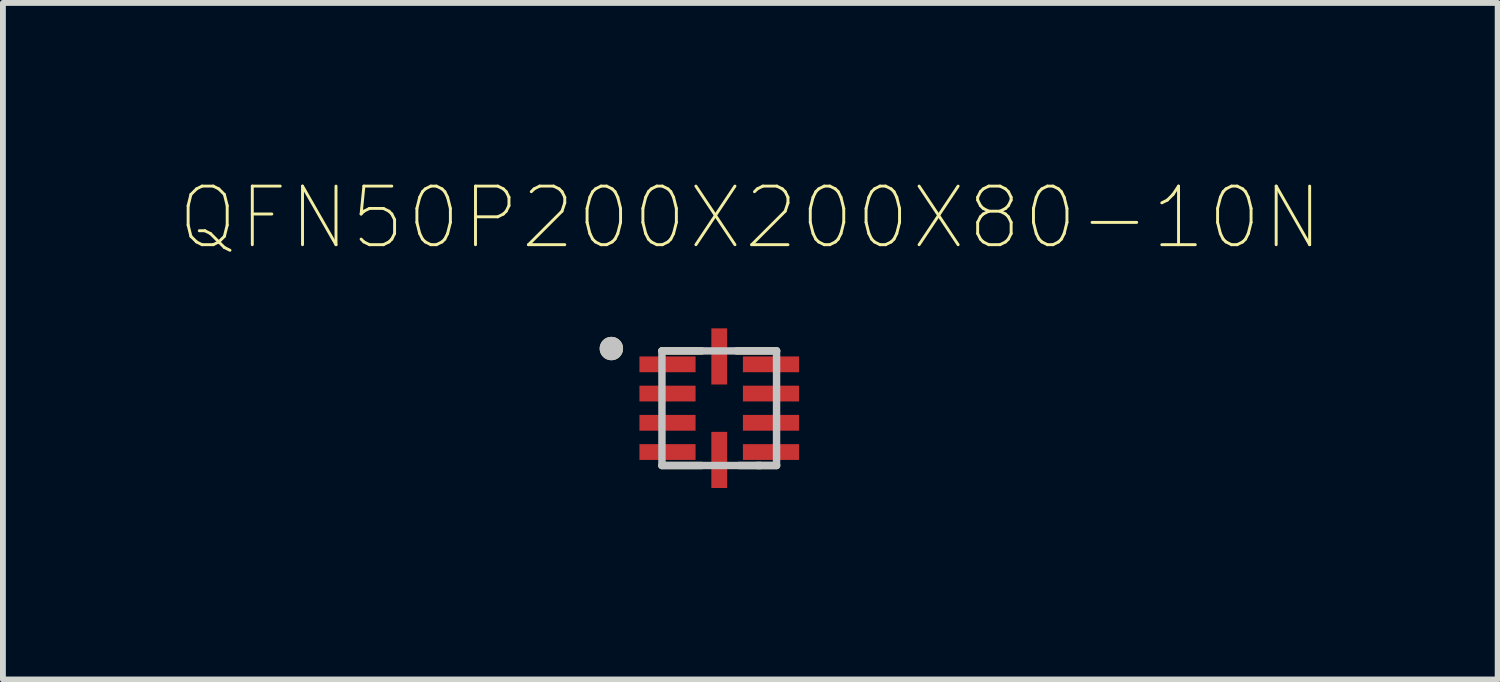
<source format=kicad_pcb>
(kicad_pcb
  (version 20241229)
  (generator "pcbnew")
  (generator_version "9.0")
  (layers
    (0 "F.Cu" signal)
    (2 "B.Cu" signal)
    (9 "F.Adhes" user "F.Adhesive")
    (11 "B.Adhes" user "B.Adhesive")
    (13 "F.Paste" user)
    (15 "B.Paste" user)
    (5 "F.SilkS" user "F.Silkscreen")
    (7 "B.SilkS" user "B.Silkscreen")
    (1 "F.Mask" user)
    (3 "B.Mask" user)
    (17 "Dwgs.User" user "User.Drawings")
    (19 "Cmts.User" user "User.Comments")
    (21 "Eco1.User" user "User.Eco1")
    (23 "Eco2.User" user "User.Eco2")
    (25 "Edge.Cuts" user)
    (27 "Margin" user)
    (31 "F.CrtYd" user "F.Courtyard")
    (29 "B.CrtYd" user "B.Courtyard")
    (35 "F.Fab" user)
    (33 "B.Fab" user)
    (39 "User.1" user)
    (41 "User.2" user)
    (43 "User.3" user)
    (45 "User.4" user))
  (footprint "QFN50P200X200X80-10N"
    (layer "F.Cu")
    (at 9.251 3.931)
    (property "Reference" "QFN50P200X200X80-10N" (at 0.531 -3.257 0) (layer "F.SilkS") (effects (font (size 1.002 1.002) (thickness 0.05))))
    (attr smd)
    (fp_line (start -0.98 -0.98) (end -0.3 -0.98) (stroke (width 0.127) (type solid)) (layer "F.SilkS"))
    (fp_line (start -0.98 0.98) (end -0.3 0.98) (stroke (width 0.127) (type solid)) (layer "F.SilkS"))
    (fp_line (start 0.69 0.98) (end 0.34 0.98) (stroke (width 0.127) (type solid)) (layer "F.SilkS"))
    (fp_line (start 0.7 0.98) (end 0.65 0.98) (stroke (width 0.127) (type solid)) (layer "F.SilkS"))
    (fp_line (start 0.98 -0.98) (end 0.3 -0.98) (stroke (width 0.127) (type solid)) (layer "F.SilkS"))
    (fp_line (start 0.98 0.98) (end 0.71 0.98) (stroke (width 0.127) (type solid)) (layer "F.SilkS"))
    (fp_circle (center -1.845 -1.02) (end -1.745 -1.02) (stroke (width 0.2) (type solid)) (fill no) (layer "F.SilkS"))
    (fp_line (start -0.98 0.98) (end -0.98 -0.98) (stroke (width 0.127) (type solid)) (layer "Dwgs.User"))
    (fp_line (start 0.98 -0.98) (end -0.98 -0.98) (stroke (width 0.127) (type solid)) (layer "Dwgs.User"))
    (fp_line (start 0.98 0.98) (end -0.98 0.98) (stroke (width 0.127) (type solid)) (layer "Dwgs.User"))
    (fp_line (start 0.98 0.98) (end 0.98 -0.98) (stroke (width 0.127) (type solid)) (layer "Dwgs.User"))
    (fp_circle (center -1.845 -1.02) (end -1.745 -1.02) (stroke (width 0.2) (type solid)) (fill no) (layer "Dwgs.User"))
    (fp_line (start -1.615 -1.615) (end 1.615 -1.615) (stroke (width 0.05) (type solid)) (layer "Eco1.User"))
    (fp_line (start -1.615 1.615) (end -1.615 -1.615) (stroke (width 0.05) (type solid)) (layer "Eco1.User"))
    (fp_line (start -1.615 1.615) (end 1.615 1.615) (stroke (width 0.05) (type solid)) (layer "Eco1.User"))
    (fp_line (start 1.615 1.615) (end 1.615 -1.615) (stroke (width 0.05) (type solid)) (layer "Eco1.User"))
    (pad "1" smd rect (at -0.885 -0.75) (size 0.96 0.27) (layers "F.Cu" "F.Mask" "F.Paste"))
    (pad "2" smd rect (at -0.885 -0.25) (size 0.96 0.27) (layers "F.Cu" "F.Mask" "F.Paste"))
    (pad "3" smd rect (at -0.885 0.25) (size 0.96 0.27) (layers "F.Cu" "F.Mask" "F.Paste"))
    (pad "4" smd rect (at -0.885 0.75) (size 0.96 0.27) (layers "F.Cu" "F.Mask" "F.Paste"))
    (pad "5" smd rect (at 0 0.885 90) (size 0.96 0.27) (layers "F.Cu" "F.Mask" "F.Paste"))
    (pad "6" smd rect (at 0.885 0.75) (size 0.96 0.27) (layers "F.Cu" "F.Mask" "F.Paste"))
    (pad "7" smd rect (at 0.885 0.25) (size 0.96 0.27) (layers "F.Cu" "F.Mask" "F.Paste"))
    (pad "8" smd rect (at 0.885 -0.25) (size 0.96 0.27) (layers "F.Cu" "F.Mask" "F.Paste"))
    (pad "9" smd rect (at 0.885 -0.75) (size 0.96 0.27) (layers "F.Cu" "F.Mask" "F.Paste"))
    (pad "10" smd rect (at 0 -0.885 90) (size 0.96 0.27) (layers "F.Cu" "F.Mask" "F.Paste")))
  (gr_rect
    (start -3 -3)
    (end 22.564 8.571)
    (stroke (width 0.1) (type default))
    (fill no)
    (layer "Edge.Cuts")))
</source>
